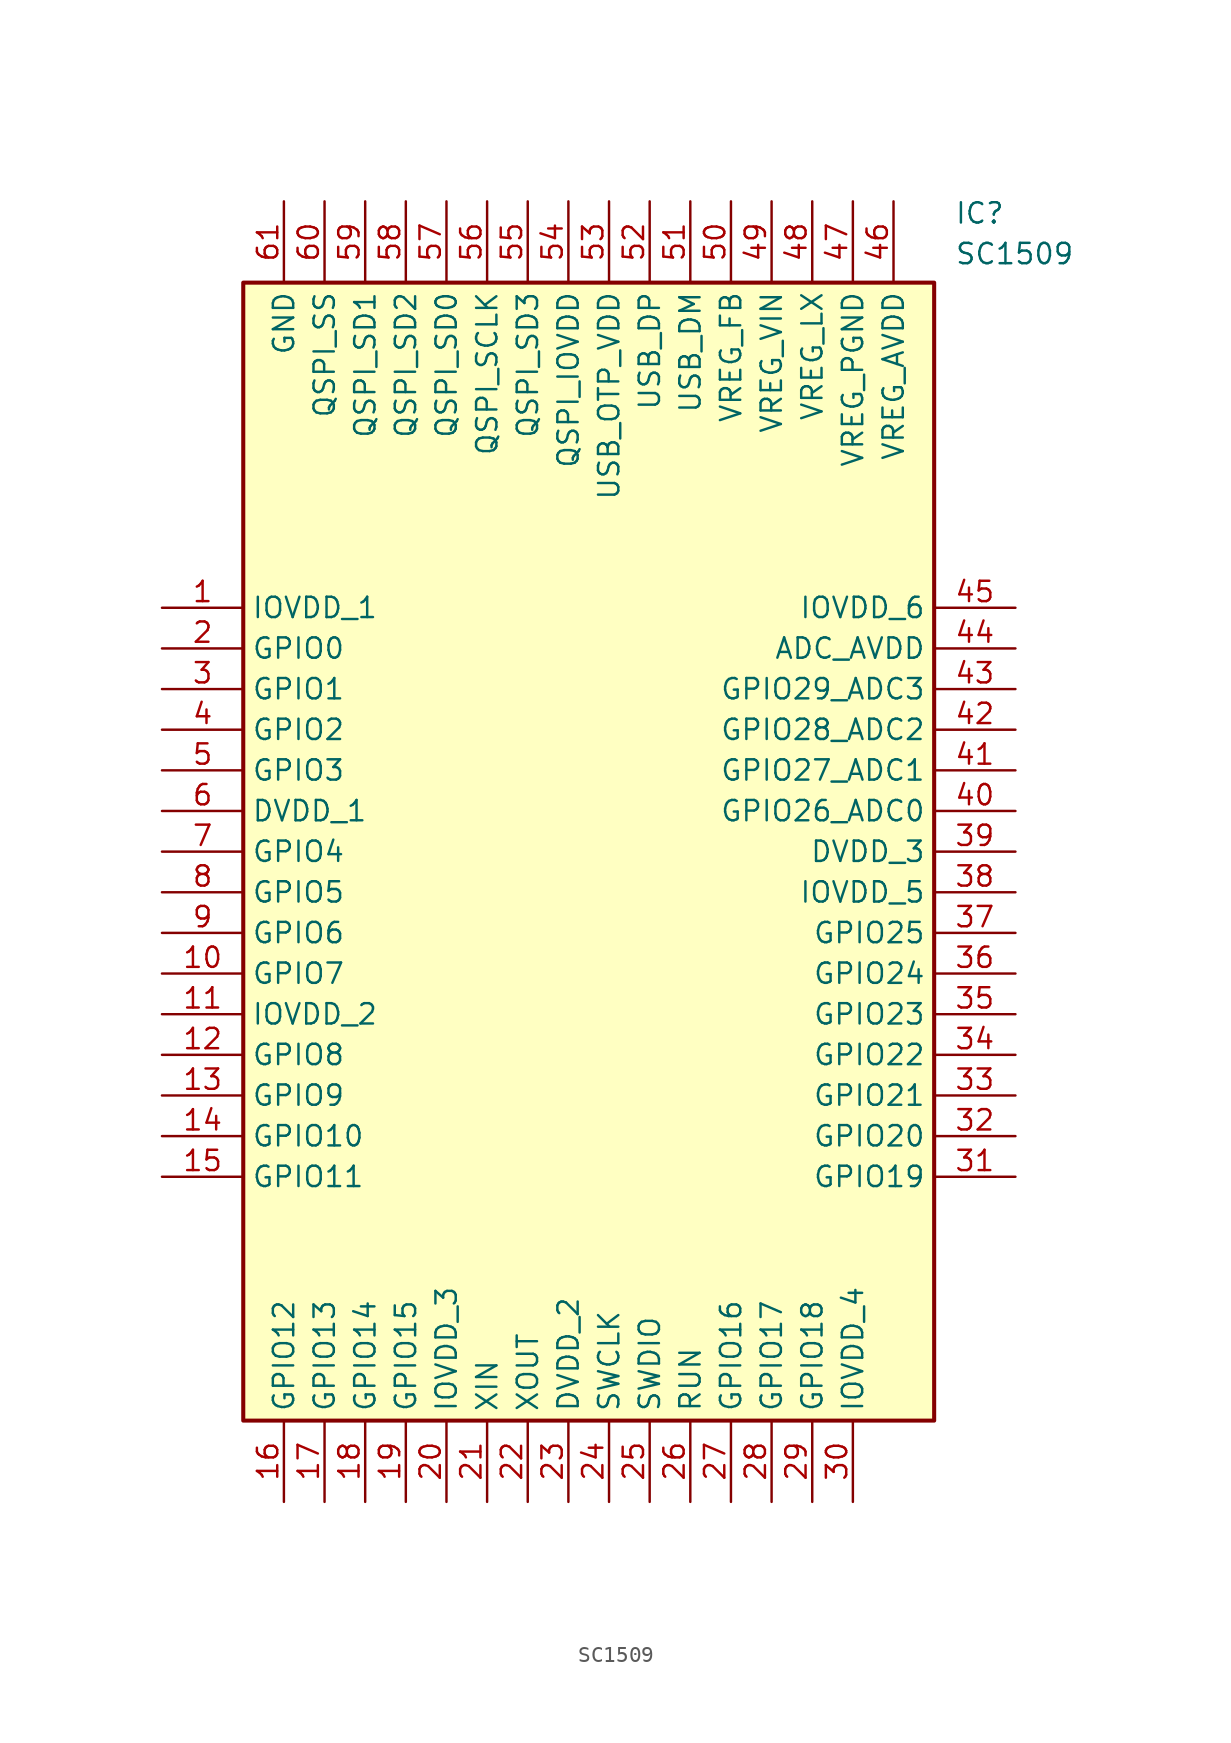
<source format=kicad_sym>
(kicad_symbol_lib
  (version 20211014)
  (generator SamacSys_ECAD_Model)
  (symbol "SC1509"
    (property "Reference" "IC"
      (at 49.53 25.4 0)
      (effects (font (size 1.27 1.27)) (justify left top)))
    (property "Value" "SC1509"
      (at 49.53 22.86 0)
      (effects (font (size 1.27 1.27)) (justify left top)))
    (rectangle
      (start 5.08 20.32)
      (end 48.26 -50.8)
      (stroke (width 0.254) (type default))
      (fill (type background)))
    (pin passive line
      (at 0 0 0)
      (length 5.08)
      (name "IOVDD_1" (effects (font (size 1.27 1.27))))
      (number "1" (effects (font (size 1.27 1.27)))))
    (pin passive line
      (at 0 -2.54 0)
      (length 5.08)
      (name "GPIO0" (effects (font (size 1.27 1.27))))
      (number "2" (effects (font (size 1.27 1.27)))))
    (pin passive line
      (at 0 -5.08 0)
      (length 5.08)
      (name "GPIO1" (effects (font (size 1.27 1.27))))
      (number "3" (effects (font (size 1.27 1.27)))))
    (pin passive line
      (at 0 -7.62 0)
      (length 5.08)
      (name "GPIO2" (effects (font (size 1.27 1.27))))
      (number "4" (effects (font (size 1.27 1.27)))))
    (pin passive line
      (at 0 -10.16 0)
      (length 5.08)
      (name "GPIO3" (effects (font (size 1.27 1.27))))
      (number "5" (effects (font (size 1.27 1.27)))))
    (pin passive line
      (at 0 -12.7 0)
      (length 5.08)
      (name "DVDD_1" (effects (font (size 1.27 1.27))))
      (number "6" (effects (font (size 1.27 1.27)))))
    (pin passive line
      (at 0 -15.24 0)
      (length 5.08)
      (name "GPIO4" (effects (font (size 1.27 1.27))))
      (number "7" (effects (font (size 1.27 1.27)))))
    (pin passive line
      (at 0 -17.78 0)
      (length 5.08)
      (name "GPIO5" (effects (font (size 1.27 1.27))))
      (number "8" (effects (font (size 1.27 1.27)))))
    (pin passive line
      (at 0 -20.32 0)
      (length 5.08)
      (name "GPIO6" (effects (font (size 1.27 1.27))))
      (number "9" (effects (font (size 1.27 1.27)))))
    (pin passive line
      (at 0 -22.86 0)
      (length 5.08)
      (name "GPIO7" (effects (font (size 1.27 1.27))))
      (number "10" (effects (font (size 1.27 1.27)))))
    (pin passive line
      (at 0 -25.4 0)
      (length 5.08)
      (name "IOVDD_2" (effects (font (size 1.27 1.27))))
      (number "11" (effects (font (size 1.27 1.27)))))
    (pin passive line
      (at 0 -27.94 0)
      (length 5.08)
      (name "GPIO8" (effects (font (size 1.27 1.27))))
      (number "12" (effects (font (size 1.27 1.27)))))
    (pin passive line
      (at 0 -30.48 0)
      (length 5.08)
      (name "GPIO9" (effects (font (size 1.27 1.27))))
      (number "13" (effects (font (size 1.27 1.27)))))
    (pin passive line
      (at 0 -33.02 0)
      (length 5.08)
      (name "GPIO10" (effects (font (size 1.27 1.27))))
      (number "14" (effects (font (size 1.27 1.27)))))
    (pin passive line
      (at 0 -35.56 0)
      (length 5.08)
      (name "GPIO11" (effects (font (size 1.27 1.27))))
      (number "15" (effects (font (size 1.27 1.27)))))
    (pin passive line
      (at 7.62 -55.88 90)
      (length 5.08)
      (name "GPIO12" (effects (font (size 1.27 1.27))))
      (number "16" (effects (font (size 1.27 1.27)))))
    (pin passive line
      (at 10.16 -55.88 90)
      (length 5.08)
      (name "GPIO13" (effects (font (size 1.27 1.27))))
      (number "17" (effects (font (size 1.27 1.27)))))
    (pin passive line
      (at 12.7 -55.88 90)
      (length 5.08)
      (name "GPIO14" (effects (font (size 1.27 1.27))))
      (number "18" (effects (font (size 1.27 1.27)))))
    (pin passive line
      (at 15.24 -55.88 90)
      (length 5.08)
      (name "GPIO15" (effects (font (size 1.27 1.27))))
      (number "19" (effects (font (size 1.27 1.27)))))
    (pin passive line
      (at 17.78 -55.88 90)
      (length 5.08)
      (name "IOVDD_3" (effects (font (size 1.27 1.27))))
      (number "20" (effects (font (size 1.27 1.27)))))
    (pin passive line
      (at 20.32 -55.88 90)
      (length 5.08)
      (name "XIN" (effects (font (size 1.27 1.27))))
      (number "21" (effects (font (size 1.27 1.27)))))
    (pin passive line
      (at 22.86 -55.88 90)
      (length 5.08)
      (name "XOUT" (effects (font (size 1.27 1.27))))
      (number "22" (effects (font (size 1.27 1.27)))))
    (pin passive line
      (at 25.4 -55.88 90)
      (length 5.08)
      (name "DVDD_2" (effects (font (size 1.27 1.27))))
      (number "23" (effects (font (size 1.27 1.27)))))
    (pin passive line
      (at 27.94 -55.88 90)
      (length 5.08)
      (name "SWCLK" (effects (font (size 1.27 1.27))))
      (number "24" (effects (font (size 1.27 1.27)))))
    (pin passive line
      (at 30.48 -55.88 90)
      (length 5.08)
      (name "SWDIO" (effects (font (size 1.27 1.27))))
      (number "25" (effects (font (size 1.27 1.27)))))
    (pin passive line
      (at 33.02 -55.88 90)
      (length 5.08)
      (name "RUN" (effects (font (size 1.27 1.27))))
      (number "26" (effects (font (size 1.27 1.27)))))
    (pin passive line
      (at 35.56 -55.88 90)
      (length 5.08)
      (name "GPIO16" (effects (font (size 1.27 1.27))))
      (number "27" (effects (font (size 1.27 1.27)))))
    (pin passive line
      (at 38.1 -55.88 90)
      (length 5.08)
      (name "GPIO17" (effects (font (size 1.27 1.27))))
      (number "28" (effects (font (size 1.27 1.27)))))
    (pin passive line
      (at 40.64 -55.88 90)
      (length 5.08)
      (name "GPIO18" (effects (font (size 1.27 1.27))))
      (number "29" (effects (font (size 1.27 1.27)))))
    (pin passive line
      (at 43.18 -55.88 90)
      (length 5.08)
      (name "IOVDD_4" (effects (font (size 1.27 1.27))))
      (number "30" (effects (font (size 1.27 1.27)))))
    (pin passive line
      (at 53.34 0 180)
      (length 5.08)
      (name "IOVDD_6" (effects (font (size 1.27 1.27))))
      (number "45" (effects (font (size 1.27 1.27)))))
    (pin passive line
      (at 53.34 -2.54 180)
      (length 5.08)
      (name "ADC_AVDD" (effects (font (size 1.27 1.27))))
      (number "44" (effects (font (size 1.27 1.27)))))
    (pin passive line
      (at 53.34 -5.08 180)
      (length 5.08)
      (name "GPIO29_ADC3" (effects (font (size 1.27 1.27))))
      (number "43" (effects (font (size 1.27 1.27)))))
    (pin passive line
      (at 53.34 -7.62 180)
      (length 5.08)
      (name "GPIO28_ADC2" (effects (font (size 1.27 1.27))))
      (number "42" (effects (font (size 1.27 1.27)))))
    (pin passive line
      (at 53.34 -10.16 180)
      (length 5.08)
      (name "GPIO27_ADC1" (effects (font (size 1.27 1.27))))
      (number "41" (effects (font (size 1.27 1.27)))))
    (pin passive line
      (at 53.34 -12.7 180)
      (length 5.08)
      (name "GPIO26_ADC0" (effects (font (size 1.27 1.27))))
      (number "40" (effects (font (size 1.27 1.27)))))
    (pin passive line
      (at 53.34 -15.24 180)
      (length 5.08)
      (name "DVDD_3" (effects (font (size 1.27 1.27))))
      (number "39" (effects (font (size 1.27 1.27)))))
    (pin passive line
      (at 53.34 -17.78 180)
      (length 5.08)
      (name "IOVDD_5" (effects (font (size 1.27 1.27))))
      (number "38" (effects (font (size 1.27 1.27)))))
    (pin passive line
      (at 53.34 -20.32 180)
      (length 5.08)
      (name "GPIO25" (effects (font (size 1.27 1.27))))
      (number "37" (effects (font (size 1.27 1.27)))))
    (pin passive line
      (at 53.34 -22.86 180)
      (length 5.08)
      (name "GPIO24" (effects (font (size 1.27 1.27))))
      (number "36" (effects (font (size 1.27 1.27)))))
    (pin passive line
      (at 53.34 -25.4 180)
      (length 5.08)
      (name "GPIO23" (effects (font (size 1.27 1.27))))
      (number "35" (effects (font (size 1.27 1.27)))))
    (pin passive line
      (at 53.34 -27.94 180)
      (length 5.08)
      (name "GPIO22" (effects (font (size 1.27 1.27))))
      (number "34" (effects (font (size 1.27 1.27)))))
    (pin passive line
      (at 53.34 -30.48 180)
      (length 5.08)
      (name "GPIO21" (effects (font (size 1.27 1.27))))
      (number "33" (effects (font (size 1.27 1.27)))))
    (pin passive line
      (at 53.34 -33.02 180)
      (length 5.08)
      (name "GPIO20" (effects (font (size 1.27 1.27))))
      (number "32" (effects (font (size 1.27 1.27)))))
    (pin passive line
      (at 53.34 -35.56 180)
      (length 5.08)
      (name "GPIO19" (effects (font (size 1.27 1.27))))
      (number "31" (effects (font (size 1.27 1.27)))))
    (pin passive line
      (at 7.62 25.4 270)
      (length 5.08)
      (name "GND" (effects (font (size 1.27 1.27))))
      (number "61" (effects (font (size 1.27 1.27)))))
    (pin passive line
      (at 10.16 25.4 270)
      (length 5.08)
      (name "QSPI_SS" (effects (font (size 1.27 1.27))))
      (number "60" (effects (font (size 1.27 1.27)))))
    (pin passive line
      (at 12.7 25.4 270)
      (length 5.08)
      (name "QSPI_SD1" (effects (font (size 1.27 1.27))))
      (number "59" (effects (font (size 1.27 1.27)))))
    (pin passive line
      (at 15.24 25.4 270)
      (length 5.08)
      (name "QSPI_SD2" (effects (font (size 1.27 1.27))))
      (number "58" (effects (font (size 1.27 1.27)))))
    (pin passive line
      (at 17.78 25.4 270)
      (length 5.08)
      (name "QSPI_SD0" (effects (font (size 1.27 1.27))))
      (number "57" (effects (font (size 1.27 1.27)))))
    (pin passive line
      (at 20.32 25.4 270)
      (length 5.08)
      (name "QSPI_SCLK" (effects (font (size 1.27 1.27))))
      (number "56" (effects (font (size 1.27 1.27)))))
    (pin passive line
      (at 22.86 25.4 270)
      (length 5.08)
      (name "QSPI_SD3" (effects (font (size 1.27 1.27))))
      (number "55" (effects (font (size 1.27 1.27)))))
    (pin passive line
      (at 25.4 25.4 270)
      (length 5.08)
      (name "QSPI_IOVDD" (effects (font (size 1.27 1.27))))
      (number "54" (effects (font (size 1.27 1.27)))))
    (pin passive line
      (at 27.94 25.4 270)
      (length 5.08)
      (name "USB_OTP_VDD" (effects (font (size 1.27 1.27))))
      (number "53" (effects (font (size 1.27 1.27)))))
    (pin passive line
      (at 30.48 25.4 270)
      (length 5.08)
      (name "USB_DP" (effects (font (size 1.27 1.27))))
      (number "52" (effects (font (size 1.27 1.27)))))
    (pin passive line
      (at 33.02 25.4 270)
      (length 5.08)
      (name "USB_DM" (effects (font (size 1.27 1.27))))
      (number "51" (effects (font (size 1.27 1.27)))))
    (pin passive line
      (at 35.56 25.4 270)
      (length 5.08)
      (name "VREG_FB" (effects (font (size 1.27 1.27))))
      (number "50" (effects (font (size 1.27 1.27)))))
    (pin passive line
      (at 38.1 25.4 270)
      (length 5.08)
      (name "VREG_VIN" (effects (font (size 1.27 1.27))))
      (number "49" (effects (font (size 1.27 1.27)))))
    (pin passive line
      (at 40.64 25.4 270)
      (length 5.08)
      (name "VREG_LX" (effects (font (size 1.27 1.27))))
      (number "48" (effects (font (size 1.27 1.27)))))
    (pin passive line
      (at 43.18 25.4 270)
      (length 5.08)
      (name "VREG_PGND" (effects (font (size 1.27 1.27))))
      (number "47" (effects (font (size 1.27 1.27)))))
    (pin passive line
      (at 45.72 25.4 270)
      (length 5.08)
      (name "VREG_AVDD" (effects (font (size 1.27 1.27))))
      (number "46" (effects (font (size 1.27 1.27)))))))
</source>
